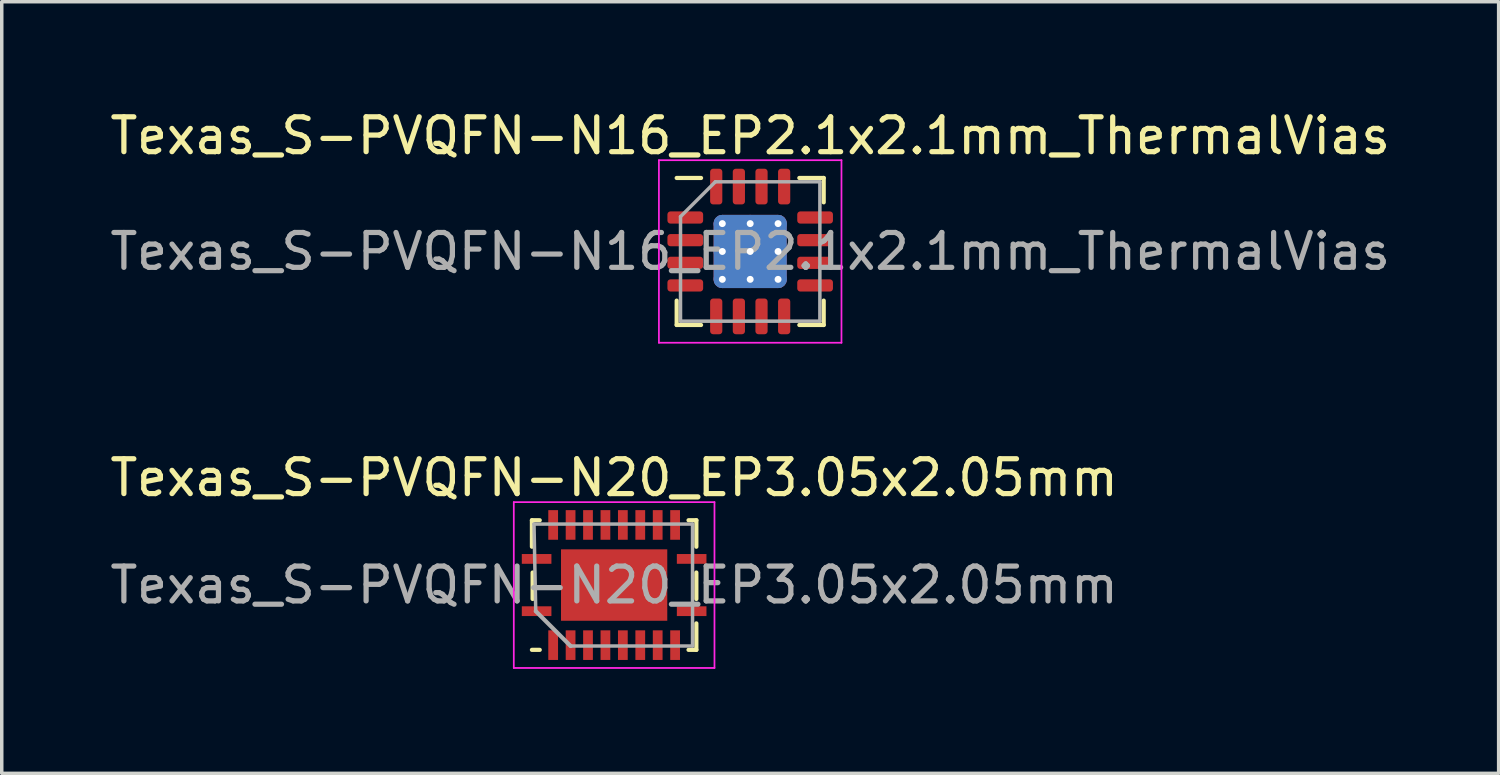
<source format=kicad_pcb>
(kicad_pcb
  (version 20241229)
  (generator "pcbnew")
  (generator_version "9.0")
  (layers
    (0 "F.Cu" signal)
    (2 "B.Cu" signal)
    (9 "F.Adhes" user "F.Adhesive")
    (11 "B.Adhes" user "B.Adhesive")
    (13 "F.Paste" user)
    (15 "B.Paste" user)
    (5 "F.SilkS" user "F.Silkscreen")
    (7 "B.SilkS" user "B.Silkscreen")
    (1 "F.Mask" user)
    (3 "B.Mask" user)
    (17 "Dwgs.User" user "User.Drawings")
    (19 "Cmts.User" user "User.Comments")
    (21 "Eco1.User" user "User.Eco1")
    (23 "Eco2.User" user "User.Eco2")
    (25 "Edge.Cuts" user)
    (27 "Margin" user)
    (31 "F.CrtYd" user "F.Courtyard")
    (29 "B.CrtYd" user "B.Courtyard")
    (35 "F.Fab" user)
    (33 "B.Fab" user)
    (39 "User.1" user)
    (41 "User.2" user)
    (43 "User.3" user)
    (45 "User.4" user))
  (footprint "Texas_S-PVQFN-N20_EP3.05x2.05mm"
    (layer "F.Cu")
    (at 14.577 13.742)
    (property "Reference" "Texas_S-PVQFN-N20_EP3.05x2.05mm" (at 0 -3.08 0) (layer "F.SilkS") (effects (font (size 1 1) (thickness 0.15))))
    (attr smd)
    (fp_line (start -2.36 -1.1) (end -2.36 -1.86) (stroke (width 0.12) (type solid)) (layer "F.SilkS"))
    (fp_line (start -2.34 -0.36) (end -2.34 0.4) (stroke (width 0.12) (type solid)) (layer "F.SilkS"))
    (fp_line (start -2.135 -1.86) (end -2.36 -1.86) (stroke (width 0.12) (type solid)) (layer "F.SilkS"))
    (fp_line (start -2.135 1.86) (end -2.36 1.86) (stroke (width 0.12) (type solid)) (layer "F.SilkS"))
    (fp_line (start 2.135 -1.86) (end 2.36 -1.86) (stroke (width 0.12) (type solid)) (layer "F.SilkS"))
    (fp_line (start 2.135 1.86) (end 2.36 1.86) (stroke (width 0.12) (type solid)) (layer "F.SilkS"))
    (fp_line (start 2.36 -1.86) (end 2.36 -1.1) (stroke (width 0.12) (type solid)) (layer "F.SilkS"))
    (fp_line (start 2.36 -0.36) (end 2.36 0.4) (stroke (width 0.12) (type solid)) (layer "F.SilkS"))
    (fp_line (start 2.36 1.86) (end 2.36 1.1) (stroke (width 0.12) (type solid)) (layer "F.SilkS"))
    (fp_line (start -2.88 -2.38) (end -2.88 2.38) (stroke (width 0.05) (type solid)) (layer "F.CrtYd"))
    (fp_line (start -2.88 2.38) (end 2.88 2.38) (stroke (width 0.05) (type solid)) (layer "F.CrtYd"))
    (fp_line (start 2.88 -2.38) (end -2.88 -2.38) (stroke (width 0.05) (type solid)) (layer "F.CrtYd"))
    (fp_line (start 2.88 2.38) (end 2.88 -2.38) (stroke (width 0.05) (type solid)) (layer "F.CrtYd"))
    (fp_line (start -2.3 -1.75) (end 2.25 -1.75) (stroke (width 0.1) (type solid)) (layer "F.Fab"))
    (fp_line (start -2.25 0.75) (end -2.3 -1.75) (stroke (width 0.1) (type solid)) (layer "F.Fab"))
    (fp_line (start -1.25 1.75) (end -2.25 0.75) (stroke (width 0.12) (type solid)) (layer "F.Fab"))
    (fp_line (start 2.25 -1.75) (end 2.25 1.75) (stroke (width 0.1) (type solid)) (layer "F.Fab"))
    (fp_line (start 2.25 1.75) (end -1.25 1.75) (stroke (width 0.1) (type solid)) (layer "F.Fab"))
    (fp_text user "${REFERENCE}" (at 0 0 0) (layer "F.Fab") (effects (font (size 1 1) (thickness 0.15))))
    (pad "" smd roundrect (at -0.76 -0.51) (size 1.23 0.83) (layers "F.Paste") (roundrect_rratio 0.25))
    (pad "" smd roundrect (at -0.76 0.51) (size 1.23 0.83) (layers "F.Paste") (roundrect_rratio 0.25))
    (pad "" smd roundrect (at 0.76 -0.51) (size 1.23 0.83) (layers "F.Paste") (roundrect_rratio 0.25))
    (pad "" smd roundrect (at 0.76 0.51) (size 1.23 0.83) (layers "F.Paste") (roundrect_rratio 0.25))
    (pad "1" smd rect (at -2.225 0.75) (size 0.85 0.28) (layers "F.Cu" "F.Mask" "F.Paste"))
    (pad "2" smd rect (at -1.75 1.725) (size 0.28 0.85) (layers "F.Cu" "F.Mask" "F.Paste"))
    (pad "3" smd rect (at -1.25 1.725) (size 0.28 0.85) (layers "F.Cu" "F.Mask" "F.Paste"))
    (pad "4" smd rect (at -0.75 1.725) (size 0.28 0.85) (layers "F.Cu" "F.Mask" "F.Paste"))
    (pad "5" smd rect (at -0.25 1.725) (size 0.28 0.85) (layers "F.Cu" "F.Mask" "F.Paste"))
    (pad "6" smd rect (at 0.25 1.725) (size 0.28 0.85) (layers "F.Cu" "F.Mask" "F.Paste"))
    (pad "7" smd rect (at 0.75 1.725) (size 0.28 0.85) (layers "F.Cu" "F.Mask" "F.Paste"))
    (pad "8" smd rect (at 1.25 1.725) (size 0.28 0.85) (layers "F.Cu" "F.Mask" "F.Paste"))
    (pad "9" smd rect (at 1.75 1.725) (size 0.28 0.85) (layers "F.Cu" "F.Mask" "F.Paste"))
    (pad "10" smd rect (at 2.225 0.75) (size 0.85 0.28) (layers "F.Cu" "F.Mask" "F.Paste"))
    (pad "11" smd rect (at 2.225 -0.75) (size 0.85 0.28) (layers "F.Cu" "F.Mask" "F.Paste"))
    (pad "12" smd rect (at 1.75 -1.725) (size 0.28 0.85) (layers "F.Cu" "F.Mask" "F.Paste"))
    (pad "13" smd rect (at 1.25 -1.725) (size 0.28 0.85) (layers "F.Cu" "F.Mask" "F.Paste"))
    (pad "14" smd rect (at 0.75 -1.725) (size 0.28 0.85) (layers "F.Cu" "F.Mask" "F.Paste"))
    (pad "15" smd rect (at 0.25 -1.725) (size 0.28 0.85) (layers "F.Cu" "F.Mask" "F.Paste"))
    (pad "16" smd rect (at -0.25 -1.725) (size 0.28 0.85) (layers "F.Cu" "F.Mask" "F.Paste"))
    (pad "17" smd rect (at -0.75 -1.725) (size 0.28 0.85) (layers "F.Cu" "F.Mask" "F.Paste"))
    (pad "18" smd rect (at -1.25 -1.725) (size 0.28 0.85) (layers "F.Cu" "F.Mask" "F.Paste"))
    (pad "19" smd rect (at -1.75 -1.725) (size 0.28 0.85) (layers "F.Cu" "F.Mask" "F.Paste"))
    (pad "20" smd rect (at -2.225 -0.75) (size 0.85 0.28) (layers "F.Cu" "F.Mask" "F.Paste"))
    (pad "21" smd rect (at 0 0) (size 3.05 2.05) (layers "F.Cu" "F.Mask")))
  (footprint "Texas_S-PVQFN-N16_EP2.1x2.1mm_ThermalVias"
    (layer "F.Cu")
    (at 18.482 4.168)
    (property "Reference" "Texas_S-PVQFN-N16_EP2.1x2.1mm_ThermalVias" (at 0 -3.32 0) (layer "F.SilkS") (effects (font (size 1 1) (thickness 0.15))))
    (attr smd)
    (fp_line (start -2.11 2.11) (end -2.11 1.41) (stroke (width 0.12) (type solid)) (layer "F.SilkS"))
    (fp_line (start -1.41 -2.11) (end -2.11 -2.11) (stroke (width 0.12) (type solid)) (layer "F.SilkS"))
    (fp_line (start -1.41 2.11) (end -2.11 2.11) (stroke (width 0.12) (type solid)) (layer "F.SilkS"))
    (fp_line (start 1.41 -2.11) (end 2.11 -2.11) (stroke (width 0.12) (type solid)) (layer "F.SilkS"))
    (fp_line (start 1.41 2.11) (end 2.11 2.11) (stroke (width 0.12) (type solid)) (layer "F.SilkS"))
    (fp_line (start 2.11 -2.11) (end 2.11 -1.41) (stroke (width 0.12) (type solid)) (layer "F.SilkS"))
    (fp_line (start 2.11 2.11) (end 2.11 1.41) (stroke (width 0.12) (type solid)) (layer "F.SilkS"))
    (fp_line (start -2.62 -2.62) (end -2.62 2.62) (stroke (width 0.05) (type solid)) (layer "F.CrtYd"))
    (fp_line (start -2.62 2.62) (end 2.62 2.62) (stroke (width 0.05) (type solid)) (layer "F.CrtYd"))
    (fp_line (start 2.62 -2.62) (end -2.62 -2.62) (stroke (width 0.05) (type solid)) (layer "F.CrtYd"))
    (fp_line (start 2.62 2.62) (end 2.62 -2.62) (stroke (width 0.05) (type solid)) (layer "F.CrtYd"))
    (fp_line (start -2 -1) (end -1 -2) (stroke (width 0.1) (type solid)) (layer "F.Fab"))
    (fp_line (start -2 2) (end -2 -1) (stroke (width 0.1) (type solid)) (layer "F.Fab"))
    (fp_line (start -1 -2) (end 2 -2) (stroke (width 0.1) (type solid)) (layer "F.Fab"))
    (fp_line (start 2 -2) (end 2 2) (stroke (width 0.1) (type solid)) (layer "F.Fab"))
    (fp_line (start 2 2) (end -2 2) (stroke (width 0.1) (type solid)) (layer "F.Fab"))
    (fp_text user "${REFERENCE}" (at 0 0 0) (layer "F.Fab") (effects (font (size 1 1) (thickness 0.15))))
    (pad "" smd custom (at -0.4 -0.4) (size 0.583 0.583) (layers "F.Paste") (options (anchor circle)) (primitives (gr_poly (pts (xy -0.212 -0.08) (xy -0.08 -0.212) (xy 0.08 -0.212) (xy 0.212 -0.08) (xy 0.212 0.08) (xy 0.08 0.212) (xy -0.08 0.212) (xy -0.212 0.08)) (width 0.319) (fill yes))))
    (pad "" smd custom (at -0.4 0.4) (size 0.583 0.583) (layers "F.Paste") (options (anchor circle)) (primitives (gr_poly (pts (xy -0.212 -0.08) (xy -0.08 -0.212) (xy 0.08 -0.212) (xy 0.212 -0.08) (xy 0.212 0.08) (xy 0.08 0.212) (xy -0.08 0.212) (xy -0.212 0.08)) (width 0.319) (fill yes))))
    (pad "" smd custom (at 0.4 -0.4) (size 0.583 0.583) (layers "F.Paste") (options (anchor circle)) (primitives (gr_poly (pts (xy -0.212 -0.08) (xy -0.08 -0.212) (xy 0.08 -0.212) (xy 0.212 -0.08) (xy 0.212 0.08) (xy 0.08 0.212) (xy -0.08 0.212) (xy -0.212 0.08)) (width 0.319) (fill yes))))
    (pad "" smd custom (at 0.4 0.4) (size 0.583 0.583) (layers "F.Paste") (options (anchor circle)) (primitives (gr_poly (pts (xy -0.212 -0.08) (xy -0.08 -0.212) (xy 0.08 -0.212) (xy 0.212 -0.08) (xy 0.212 0.08) (xy 0.08 0.212) (xy -0.08 0.212) (xy -0.212 0.08)) (width 0.319) (fill yes))))
    (pad "1" smd roundrect (at -1.863 -0.975) (size 1.025 0.35) (layers "F.Cu" "F.Mask" "F.Paste") (roundrect_rratio 0.25))
    (pad "2" smd roundrect (at -1.863 -0.325) (size 1.025 0.35) (layers "F.Cu" "F.Mask" "F.Paste") (roundrect_rratio 0.25))
    (pad "3" smd roundrect (at -1.863 0.325) (size 1.025 0.35) (layers "F.Cu" "F.Mask" "F.Paste") (roundrect_rratio 0.25))
    (pad "4" smd roundrect (at -1.863 0.975) (size 1.025 0.35) (layers "F.Cu" "F.Mask" "F.Paste") (roundrect_rratio 0.25))
    (pad "5" smd roundrect (at -0.975 1.863) (size 0.35 1.025) (layers "F.Cu" "F.Mask" "F.Paste") (roundrect_rratio 0.25))
    (pad "6" smd roundrect (at -0.325 1.863) (size 0.35 1.025) (layers "F.Cu" "F.Mask" "F.Paste") (roundrect_rratio 0.25))
    (pad "7" smd roundrect (at 0.325 1.863) (size 0.35 1.025) (layers "F.Cu" "F.Mask" "F.Paste") (roundrect_rratio 0.25))
    (pad "8" smd roundrect (at 0.975 1.863) (size 0.35 1.025) (layers "F.Cu" "F.Mask" "F.Paste") (roundrect_rratio 0.25))
    (pad "9" smd roundrect (at 1.863 0.975) (size 1.025 0.35) (layers "F.Cu" "F.Mask" "F.Paste") (roundrect_rratio 0.25))
    (pad "10" smd roundrect (at 1.863 0.325) (size 1.025 0.35) (layers "F.Cu" "F.Mask" "F.Paste") (roundrect_rratio 0.25))
    (pad "11" smd roundrect (at 1.863 -0.325) (size 1.025 0.35) (layers "F.Cu" "F.Mask" "F.Paste") (roundrect_rratio 0.25))
    (pad "12" smd roundrect (at 1.863 -0.975) (size 1.025 0.35) (layers "F.Cu" "F.Mask" "F.Paste") (roundrect_rratio 0.25))
    (pad "13" smd roundrect (at 0.975 -1.863) (size 0.35 1.025) (layers "F.Cu" "F.Mask" "F.Paste") (roundrect_rratio 0.25))
    (pad "14" smd roundrect (at 0.325 -1.863) (size 0.35 1.025) (layers "F.Cu" "F.Mask" "F.Paste") (roundrect_rratio 0.25))
    (pad "15" smd roundrect (at -0.325 -1.863) (size 0.35 1.025) (layers "F.Cu" "F.Mask" "F.Paste") (roundrect_rratio 0.25))
    (pad "16" smd roundrect (at -0.975 -1.863) (size 0.35 1.025) (layers "F.Cu" "F.Mask" "F.Paste") (roundrect_rratio 0.25))
    (pad "17" thru_hole circle (at -0.8 -0.8) (size 0.5 0.5) (drill 0.2) (layers "*.Cu"))
    (pad "17" thru_hole circle (at -0.8 0) (size 0.5 0.5) (drill 0.2) (layers "*.Cu"))
    (pad "17" thru_hole circle (at -0.8 0.8) (size 0.5 0.5) (drill 0.2) (layers "*.Cu"))
    (pad "17" thru_hole circle (at 0 -0.8) (size 0.5 0.5) (drill 0.2) (layers "*.Cu"))
    (pad "17" thru_hole circle (at 0 0) (size 0.5 0.5) (drill 0.2) (layers "*.Cu"))
    (pad "17" smd roundrect (at 0 0) (size 2.1 2.1) (layers "F.Cu" "F.Mask") (roundrect_rratio 0.119))
    (pad "17" smd roundrect (at 0 0) (size 2.1 2.1) (layers "B.Cu") (roundrect_rratio 0.119))
    (pad "17" thru_hole circle (at 0 0.8) (size 0.5 0.5) (drill 0.2) (layers "*.Cu"))
    (pad "17" thru_hole circle (at 0.8 -0.8) (size 0.5 0.5) (drill 0.2) (layers "*.Cu"))
    (pad "17" thru_hole circle (at 0.8 0) (size 0.5 0.5) (drill 0.2) (layers "*.Cu"))
    (pad "17" thru_hole circle (at 0.8 0.8) (size 0.5 0.5) (drill 0.2) (layers "*.Cu")))
  (gr_rect
    (start -3 -3)
    (end 39.964 19.146)
    (stroke (width 0.1) (type default))
    (fill no)
    (layer "Edge.Cuts")))
</source>
